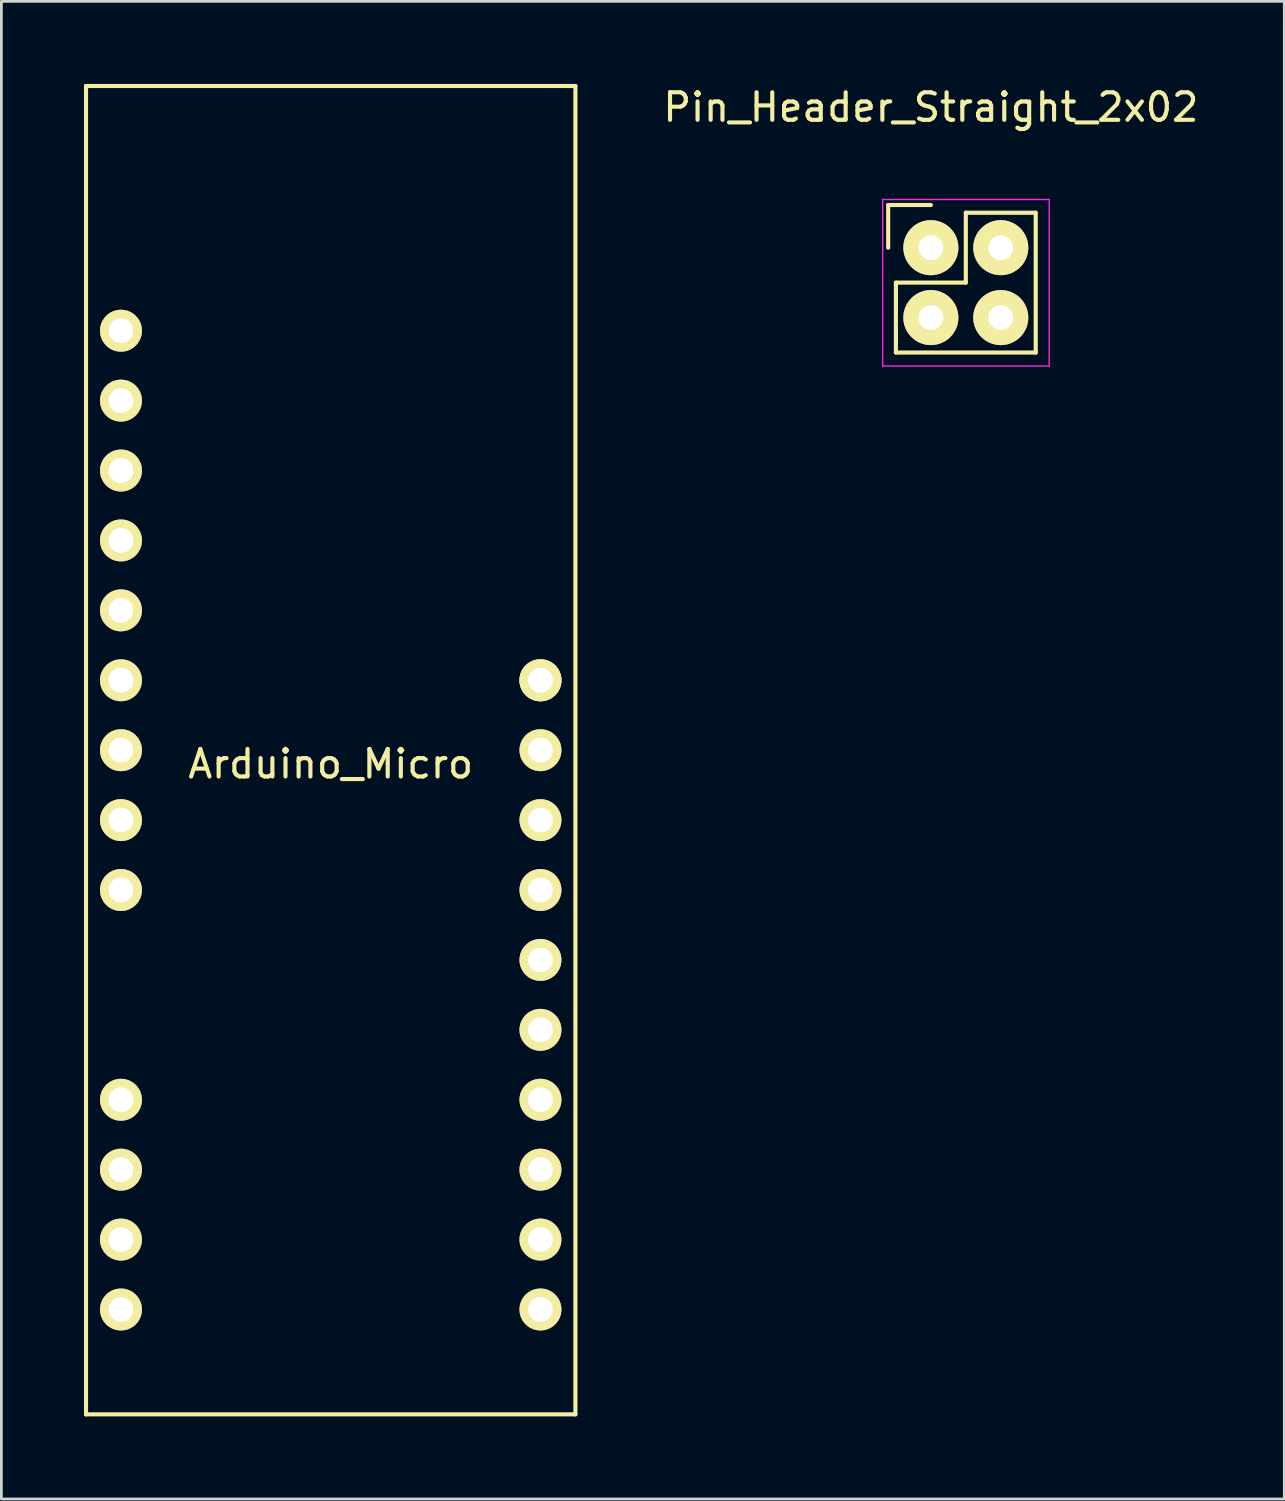
<source format=kicad_pcb>
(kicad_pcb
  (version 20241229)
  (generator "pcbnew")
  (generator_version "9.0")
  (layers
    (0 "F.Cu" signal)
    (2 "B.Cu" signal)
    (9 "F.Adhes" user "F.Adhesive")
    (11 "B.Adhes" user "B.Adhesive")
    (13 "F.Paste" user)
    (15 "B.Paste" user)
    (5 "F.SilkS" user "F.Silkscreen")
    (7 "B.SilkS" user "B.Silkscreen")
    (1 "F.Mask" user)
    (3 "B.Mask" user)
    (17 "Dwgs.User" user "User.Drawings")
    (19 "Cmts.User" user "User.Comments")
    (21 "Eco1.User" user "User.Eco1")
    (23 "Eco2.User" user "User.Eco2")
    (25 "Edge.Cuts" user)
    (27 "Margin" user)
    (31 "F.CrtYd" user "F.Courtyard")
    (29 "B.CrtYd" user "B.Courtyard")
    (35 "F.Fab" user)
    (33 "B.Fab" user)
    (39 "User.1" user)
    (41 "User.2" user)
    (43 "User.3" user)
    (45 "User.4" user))
  (footprint "Arduino_Micro"
    (layer "F.Cu")
    (at 8.965 24.205)
    (property "Reference" "Arduino_Micro" (at 0 0.5 0) (layer "F.SilkS") (effects (font (size 1 1) (thickness 0.15))))
    (attr through_hole)
    (fp_line (start -8.89 -24.13) (end 8.89 -24.13) (stroke (width 0.15) (type solid)) (layer "F.SilkS"))
    (fp_line (start -8.89 24.13) (end -8.89 -24.13) (stroke (width 0.15) (type solid)) (layer "F.SilkS"))
    (fp_line (start 8.89 -24.13) (end 8.89 24.13) (stroke (width 0.15) (type solid)) (layer "F.SilkS"))
    (fp_line (start 8.89 24.13) (end -8.89 24.13) (stroke (width 0.15) (type solid)) (layer "F.SilkS"))
    (pad "3" thru_hole circle (at 7.62 -2.54) (size 1.524 1.524) (drill 0.9) (layers "*.Cu" "*.Mask" "F.SilkS"))
    (pad "3" thru_hole circle (at 7.62 -2.54) (size 1.524 1.524) (drill 0.762) (layers "*.Cu" "*.Mask" "F.SilkS"))
    (pad "3V3" thru_hole circle (at -7.62 17.78) (size 1.524 1.524) (drill 0.9) (layers "*.Cu" "*.Mask" "F.SilkS"))
    (pad "5" thru_hole circle (at 7.62 2.54) (size 1.524 1.524) (drill 0.9) (layers "*.Cu" "*.Mask" "F.SilkS"))
    (pad "5V" thru_hole circle (at -7.62 -7.62) (size 1.524 1.524) (drill 0.9) (layers "*.Cu" "*.Mask" "F.SilkS"))
    (pad "6" thru_hole circle (at 7.62 5.08) (size 1.524 1.524) (drill 0.9) (layers "*.Cu" "*.Mask" "F.SilkS"))
    (pad "7" thru_hole circle (at 7.62 7.62) (size 1.524 1.524) (drill 0.9) (layers "*.Cu" "*.Mask" "F.SilkS"))
    (pad "8" thru_hole circle (at 7.62 10.16) (size 1.524 1.524) (drill 0.9) (layers "*.Cu" "*.Mask" "F.SilkS"))
    (pad "9" thru_hole circle (at 7.62 12.7) (size 1.524 1.524) (drill 0.9) (layers "*.Cu" "*.Mask" "F.SilkS"))
    (pad "10" thru_hole circle (at 7.62 15.24) (size 1.524 1.524) (drill 0.9) (layers "*.Cu" "*.Mask" "F.SilkS"))
    (pad "11" thru_hole circle (at 7.62 17.78) (size 1.524 1.524) (drill 0.9) (layers "*.Cu" "*.Mask" "F.SilkS"))
    (pad "12" thru_hole circle (at 7.62 20.32) (size 1.524 1.524) (drill 0.9) (layers "*.Cu" "*.Mask" "F.SilkS"))
    (pad "13" thru_hole circle (at -7.62 20.32) (size 1.524 1.524) (drill 0.9) (layers "*.Cu" "*.Mask" "F.SilkS"))
    (pad "A0" thru_hole circle (at -7.62 12.7) (size 1.524 1.524) (drill 0.9) (layers "*.Cu" "*.Mask" "F.SilkS"))
    (pad "A3" thru_hole circle (at -7.62 5.08) (size 1.524 1.524) (drill 0.9) (layers "*.Cu" "*.Mask" "F.SilkS"))
    (pad "A4" thru_hole circle (at -7.62 2.54) (size 1.524 1.524) (drill 0.9) (layers "*.Cu" "*.Mask" "F.SilkS"))
    (pad "A5" thru_hole circle (at -7.62 0) (size 1.524 1.524) (drill 0.9) (layers "*.Cu" "*.Mask" "F.SilkS"))
    (pad "A6" thru_hole circle (at 7.62 0) (size 1.524 1.524) (drill 0.9) (layers "*.Cu" "*.Mask" "F.SilkS"))
    (pad "AREF" thru_hole circle (at -7.62 15.24) (size 1.524 1.524) (drill 0.9) (layers "*.Cu" "*.Mask" "F.SilkS"))
    (pad "GND" thru_hole circle (at -7.62 -12.7) (size 1.524 1.524) (drill 0.9) (layers "*.Cu" "*.Mask" "F.SilkS"))
    (pad "NC" thru_hole circle (at -7.62 -5.08) (size 1.524 1.524) (drill 0.9) (layers "*.Cu" "*.Mask" "F.SilkS"))
    (pad "NC" thru_hole circle (at -7.62 -2.54) (size 1.524 1.524) (drill 0.9) (layers "*.Cu" "*.Mask" "F.SilkS"))
    (pad "RST" thru_hole circle (at -7.62 -10.16) (size 1.524 1.524) (drill 0.9) (layers "*.Cu" "*.Mask" "F.SilkS"))
    (pad "VIN" thru_hole circle (at -7.62 -15.24) (size 1.524 1.524) (drill 0.9) (layers "*.Cu" "*.Mask" "F.SilkS")))
  (footprint "Pin_Header_Straight_2x02"
    (layer "F.Cu")
    (at 30.769 5.948)
    (property "Reference" "Pin_Header_Straight_2x02" (at 0 -5.1 0) (layer "F.SilkS") (effects (font (size 1 1) (thickness 0.15))))
    (attr through_hole)
    (fp_line (start -1.55 0) (end -1.55 -1.55) (stroke (width 0.15) (type solid)) (layer "F.SilkS"))
    (fp_line (start -1.27 1.27) (end 1.27 1.27) (stroke (width 0.15) (type solid)) (layer "F.SilkS"))
    (fp_line (start -1.27 3.81) (end -1.27 1.27) (stroke (width 0.15) (type solid)) (layer "F.SilkS"))
    (fp_line (start 0 -1.55) (end -1.55 -1.55) (stroke (width 0.15) (type solid)) (layer "F.SilkS"))
    (fp_line (start 1.27 -1.27) (end 3.81 -1.27) (stroke (width 0.15) (type solid)) (layer "F.SilkS"))
    (fp_line (start 1.27 1.27) (end 1.27 -1.27) (stroke (width 0.15) (type solid)) (layer "F.SilkS"))
    (fp_line (start 3.81 -1.27) (end 3.81 3.81) (stroke (width 0.15) (type solid)) (layer "F.SilkS"))
    (fp_line (start 3.81 3.81) (end -1.27 3.81) (stroke (width 0.15) (type solid)) (layer "F.SilkS"))
    (fp_line (start -1.75 -1.75) (end -1.75 4.3) (stroke (width 0.05) (type solid)) (layer "F.CrtYd"))
    (fp_line (start -1.75 -1.75) (end 4.3 -1.75) (stroke (width 0.05) (type solid)) (layer "F.CrtYd"))
    (fp_line (start -1.75 4.3) (end 4.3 4.3) (stroke (width 0.05) (type solid)) (layer "F.CrtYd"))
    (fp_line (start 4.3 -1.75) (end 4.3 4.3) (stroke (width 0.05) (type solid)) (layer "F.CrtYd"))
    (pad "1" thru_hole oval (at 2.54 0) (size 2 2) (drill 0.9) (layers "*.Cu" "*.Mask" "F.SilkS"))
    (pad "2" thru_hole circle (at 0 0) (size 2 2) (drill 0.9) (layers "*.Cu" "*.Mask" "F.SilkS"))
    (pad "3" thru_hole oval (at 0 2.54) (size 2 2) (drill 0.9) (layers "*.Cu" "*.Mask" "F.SilkS"))
    (pad "4" thru_hole oval (at 2.54 2.54) (size 2 2) (drill 0.9) (layers "*.Cu" "*.Mask" "F.SilkS")))
  (gr_rect
    (start -3 -3)
    (end 43.609 51.41)
    (stroke (width 0.1) (type default))
    (fill no)
    (layer "Edge.Cuts")))
</source>
